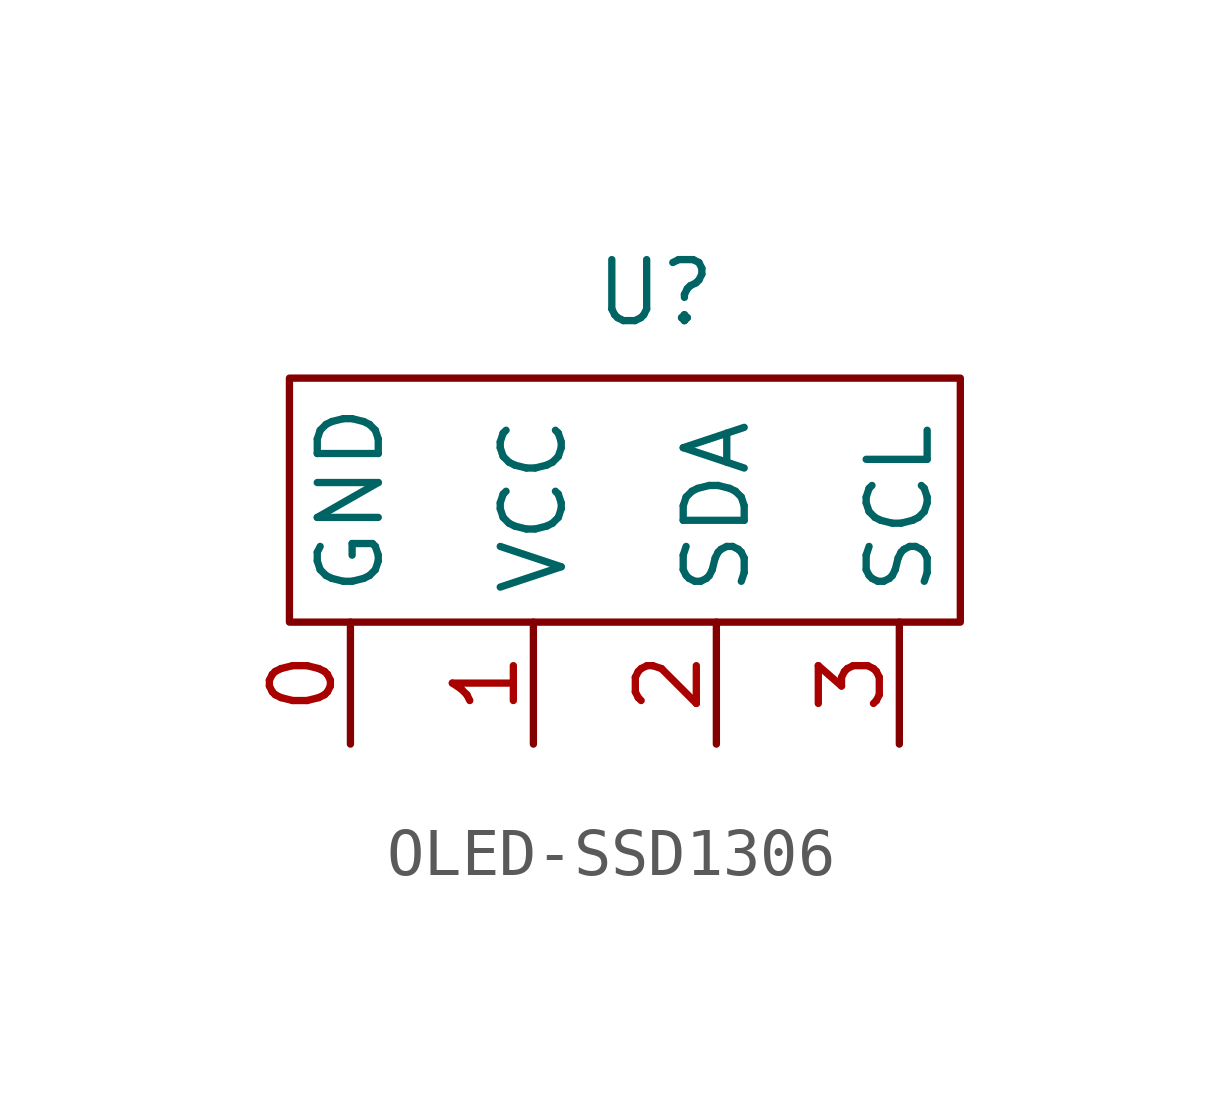
<source format=kicad_sym>
(kicad_symbol_lib
  (version 20231120)
  (generator "kicad_symbol_editor")
  (generator_version "8.0")
  (symbol "OLED-SSD1306"
    (property "Reference" "U"
      (at 0 4.318 0)
      (effects (font (size 1.27 1.27))))
    (property "Value" ""
      (at 0 0 0)
      (effects (font (size 1.27 1.27))))
    (symbol "OLED-SSD1306_0_1"
      (rectangle (start -7.62 2.54) (end 6.35 -2.54) (stroke (width 0) (type default)) (fill (type none))))
    (symbol "OLED-SSD1306_1_1"
      (pin passive line (at -6.35 -5.08 90) (length 2.54) (name "GND" (effects (font (size 1.27 1.27)))) (number "0" (effects (font (size 1.27 1.27)))))
      (pin power_in line (at -2.54 -5.08 90) (length 2.54) (name "VCC" (effects (font (size 1.27 1.27)))) (number "1" (effects (font (size 1.27 1.27)))))
      (pin input line (at 1.27 -5.08 90) (length 2.54) (name "SDA" (effects (font (size 1.27 1.27)))) (number "2" (effects (font (size 1.27 1.27)))))
      (pin input line (at 5.08 -5.08 90) (length 2.54) (name "SCL" (effects (font (size 1.27 1.27)))) (number "3" (effects (font (size 1.27 1.27))))))))
</source>
